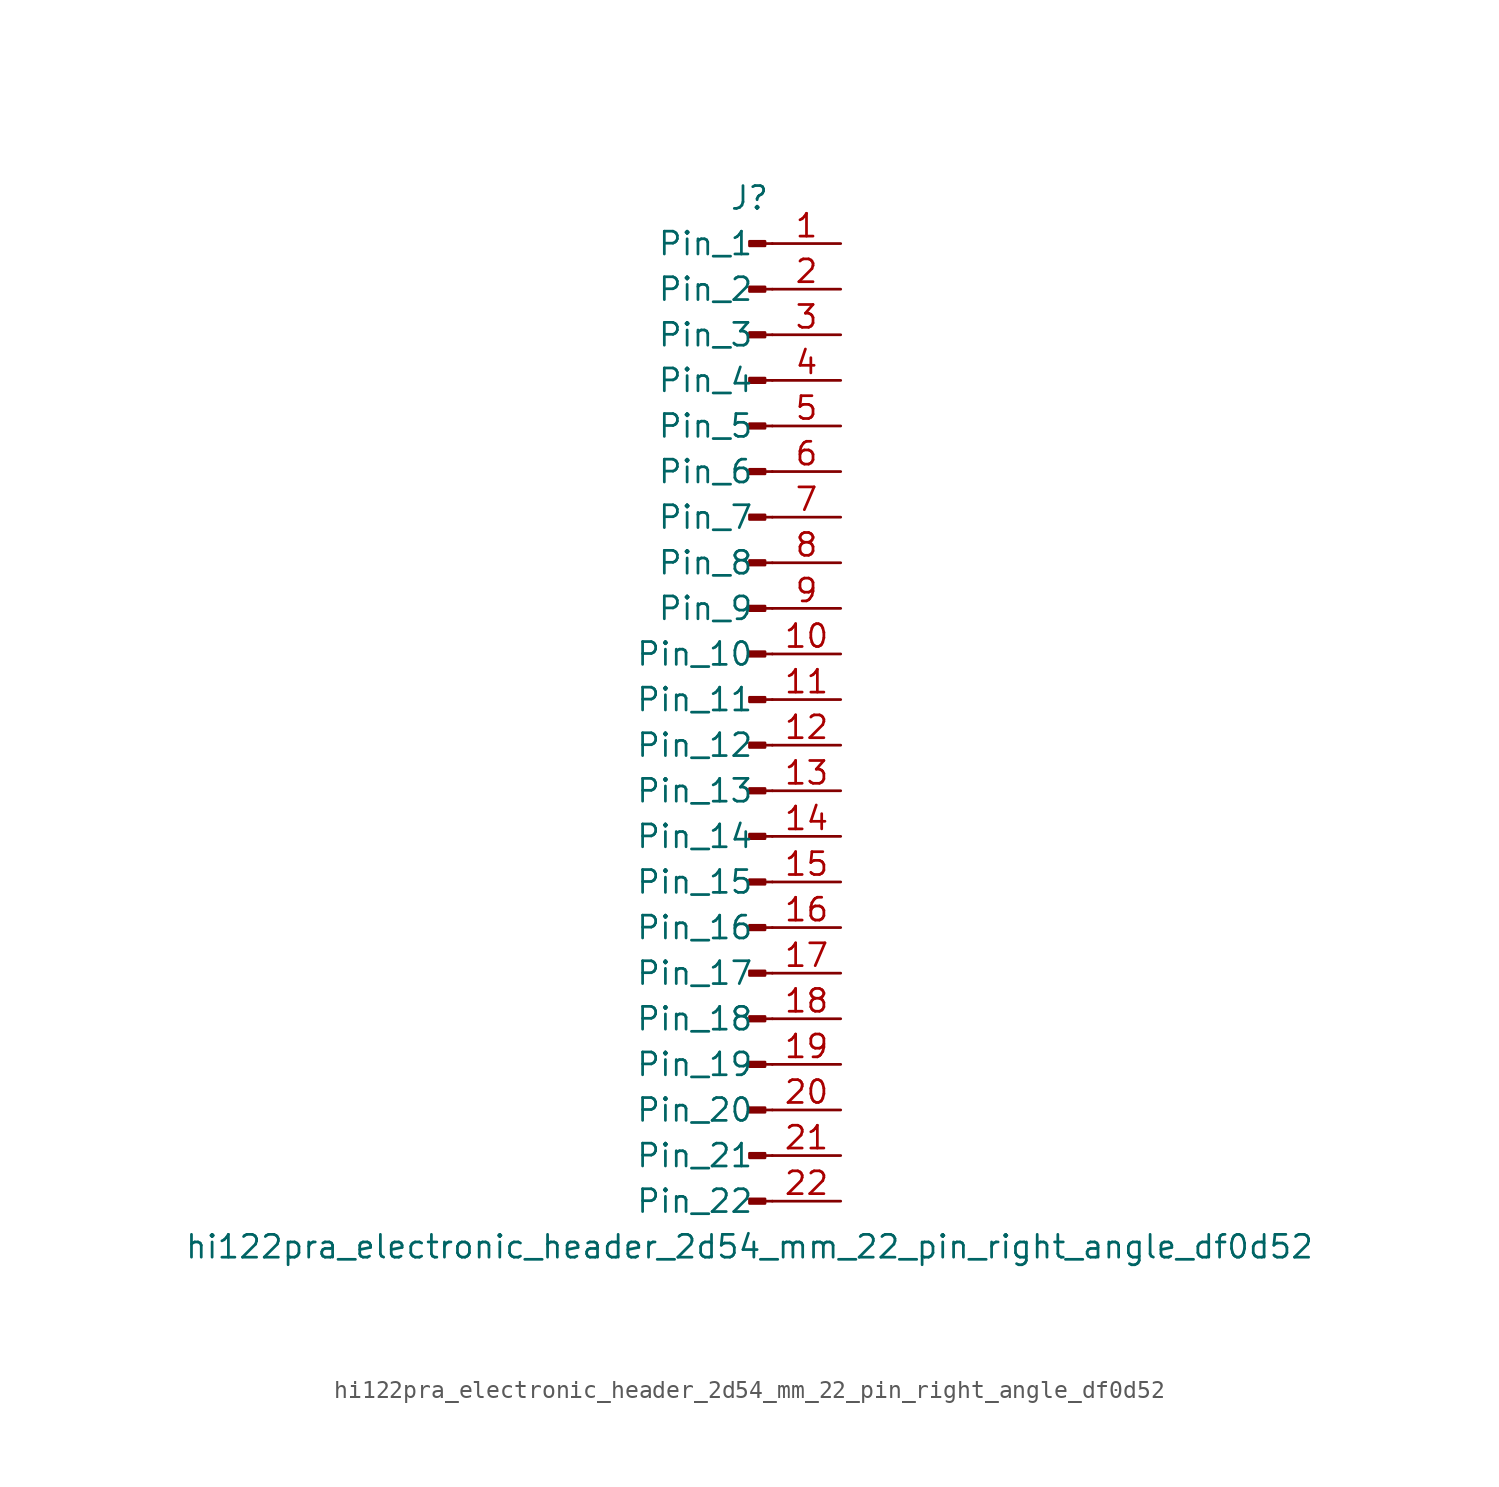
<source format=kicad_sym>
(kicad_symbol_lib
  (version 20220914)
  (generator kicad_symbol_editor)
  (symbol "hi122pra_electronic_header_2d54_mm_22_pin_right_angle_df0d52"
    (pin_names
      (offset 1.016))
    (property "Reference" "J"
      (at 0 27.94 0)
      (effects (font (size 1.27 1.27))))
    (property "Value" "hi122pra_electronic_header_2d54_mm_22_pin_right_angle_df0d52"
      (at 0 -30.48 0)
      (effects (font (size 1.27 1.27))))
    (property "ki_locked" ""
      (at 0 0 0)
      (effects (font (size 1.27 1.27))))
    (symbol "hi122pra_electronic_header_2d54_mm_22_pin_right_angle_df0d52_1_1"
      (polyline (pts (xy 1.27 -27.94) (xy 0.864 -27.94)) (stroke (width 0.152) (type default)) (fill (type none)))
      (polyline (pts (xy 1.27 -25.4) (xy 0.864 -25.4)) (stroke (width 0.152) (type default)) (fill (type none)))
      (polyline (pts (xy 1.27 -22.86) (xy 0.864 -22.86)) (stroke (width 0.152) (type default)) (fill (type none)))
      (polyline (pts (xy 1.27 -20.32) (xy 0.864 -20.32)) (stroke (width 0.152) (type default)) (fill (type none)))
      (polyline (pts (xy 1.27 -17.78) (xy 0.864 -17.78)) (stroke (width 0.152) (type default)) (fill (type none)))
      (polyline (pts (xy 1.27 -15.24) (xy 0.864 -15.24)) (stroke (width 0.152) (type default)) (fill (type none)))
      (polyline (pts (xy 1.27 -12.7) (xy 0.864 -12.7)) (stroke (width 0.152) (type default)) (fill (type none)))
      (polyline (pts (xy 1.27 -10.16) (xy 0.864 -10.16)) (stroke (width 0.152) (type default)) (fill (type none)))
      (polyline (pts (xy 1.27 -7.62) (xy 0.864 -7.62)) (stroke (width 0.152) (type default)) (fill (type none)))
      (polyline (pts (xy 1.27 -5.08) (xy 0.864 -5.08)) (stroke (width 0.152) (type default)) (fill (type none)))
      (polyline (pts (xy 1.27 -2.54) (xy 0.864 -2.54)) (stroke (width 0.152) (type default)) (fill (type none)))
      (polyline (pts (xy 1.27 0) (xy 0.864 0)) (stroke (width 0.152) (type default)) (fill (type none)))
      (polyline (pts (xy 1.27 2.54) (xy 0.864 2.54)) (stroke (width 0.152) (type default)) (fill (type none)))
      (polyline (pts (xy 1.27 5.08) (xy 0.864 5.08)) (stroke (width 0.152) (type default)) (fill (type none)))
      (polyline (pts (xy 1.27 7.62) (xy 0.864 7.62)) (stroke (width 0.152) (type default)) (fill (type none)))
      (polyline (pts (xy 1.27 10.16) (xy 0.864 10.16)) (stroke (width 0.152) (type default)) (fill (type none)))
      (polyline (pts (xy 1.27 12.7) (xy 0.864 12.7)) (stroke (width 0.152) (type default)) (fill (type none)))
      (polyline (pts (xy 1.27 15.24) (xy 0.864 15.24)) (stroke (width 0.152) (type default)) (fill (type none)))
      (polyline (pts (xy 1.27 17.78) (xy 0.864 17.78)) (stroke (width 0.152) (type default)) (fill (type none)))
      (polyline (pts (xy 1.27 20.32) (xy 0.864 20.32)) (stroke (width 0.152) (type default)) (fill (type none)))
      (polyline (pts (xy 1.27 22.86) (xy 0.864 22.86)) (stroke (width 0.152) (type default)) (fill (type none)))
      (polyline (pts (xy 1.27 25.4) (xy 0.864 25.4)) (stroke (width 0.152) (type default)) (fill (type none)))
      (rectangle (start 0.864 -27.813) (end 0 -28.067) (stroke (width 0.152) (type default)) (fill (type outline)))
      (rectangle (start 0.864 -25.273) (end 0 -25.527) (stroke (width 0.152) (type default)) (fill (type outline)))
      (rectangle (start 0.864 -22.733) (end 0 -22.987) (stroke (width 0.152) (type default)) (fill (type outline)))
      (rectangle (start 0.864 -20.193) (end 0 -20.447) (stroke (width 0.152) (type default)) (fill (type outline)))
      (rectangle (start 0.864 -17.653) (end 0 -17.907) (stroke (width 0.152) (type default)) (fill (type outline)))
      (rectangle (start 0.864 -15.113) (end 0 -15.367) (stroke (width 0.152) (type default)) (fill (type outline)))
      (rectangle (start 0.864 -12.573) (end 0 -12.827) (stroke (width 0.152) (type default)) (fill (type outline)))
      (rectangle (start 0.864 -10.033) (end 0 -10.287) (stroke (width 0.152) (type default)) (fill (type outline)))
      (rectangle (start 0.864 -7.493) (end 0 -7.747) (stroke (width 0.152) (type default)) (fill (type outline)))
      (rectangle (start 0.864 -4.953) (end 0 -5.207) (stroke (width 0.152) (type default)) (fill (type outline)))
      (rectangle (start 0.864 -2.413) (end 0 -2.667) (stroke (width 0.152) (type default)) (fill (type outline)))
      (rectangle (start 0.864 0.127) (end 0 -0.127) (stroke (width 0.152) (type default)) (fill (type outline)))
      (rectangle (start 0.864 2.667) (end 0 2.413) (stroke (width 0.152) (type default)) (fill (type outline)))
      (rectangle (start 0.864 5.207) (end 0 4.953) (stroke (width 0.152) (type default)) (fill (type outline)))
      (rectangle (start 0.864 7.747) (end 0 7.493) (stroke (width 0.152) (type default)) (fill (type outline)))
      (rectangle (start 0.864 10.287) (end 0 10.033) (stroke (width 0.152) (type default)) (fill (type outline)))
      (rectangle (start 0.864 12.827) (end 0 12.573) (stroke (width 0.152) (type default)) (fill (type outline)))
      (rectangle (start 0.864 15.367) (end 0 15.113) (stroke (width 0.152) (type default)) (fill (type outline)))
      (rectangle (start 0.864 17.907) (end 0 17.653) (stroke (width 0.152) (type default)) (fill (type outline)))
      (rectangle (start 0.864 20.447) (end 0 20.193) (stroke (width 0.152) (type default)) (fill (type outline)))
      (rectangle (start 0.864 22.987) (end 0 22.733) (stroke (width 0.152) (type default)) (fill (type outline)))
      (rectangle (start 0.864 25.527) (end 0 25.273) (stroke (width 0.152) (type default)) (fill (type outline)))
      (pin passive line (at 5.08 25.4 180) (length 3.81) (name "Pin_1" (effects (font (size 1.27 1.27)))) (number "1" (effects (font (size 1.27 1.27)))))
      (pin passive line (at 5.08 2.54 180) (length 3.81) (name "Pin_10" (effects (font (size 1.27 1.27)))) (number "10" (effects (font (size 1.27 1.27)))))
      (pin passive line (at 5.08 0 180) (length 3.81) (name "Pin_11" (effects (font (size 1.27 1.27)))) (number "11" (effects (font (size 1.27 1.27)))))
      (pin passive line (at 5.08 -2.54 180) (length 3.81) (name "Pin_12" (effects (font (size 1.27 1.27)))) (number "12" (effects (font (size 1.27 1.27)))))
      (pin passive line (at 5.08 -5.08 180) (length 3.81) (name "Pin_13" (effects (font (size 1.27 1.27)))) (number "13" (effects (font (size 1.27 1.27)))))
      (pin passive line (at 5.08 -7.62 180) (length 3.81) (name "Pin_14" (effects (font (size 1.27 1.27)))) (number "14" (effects (font (size 1.27 1.27)))))
      (pin passive line (at 5.08 -10.16 180) (length 3.81) (name "Pin_15" (effects (font (size 1.27 1.27)))) (number "15" (effects (font (size 1.27 1.27)))))
      (pin passive line (at 5.08 -12.7 180) (length 3.81) (name "Pin_16" (effects (font (size 1.27 1.27)))) (number "16" (effects (font (size 1.27 1.27)))))
      (pin passive line (at 5.08 -15.24 180) (length 3.81) (name "Pin_17" (effects (font (size 1.27 1.27)))) (number "17" (effects (font (size 1.27 1.27)))))
      (pin passive line (at 5.08 -17.78 180) (length 3.81) (name "Pin_18" (effects (font (size 1.27 1.27)))) (number "18" (effects (font (size 1.27 1.27)))))
      (pin passive line (at 5.08 -20.32 180) (length 3.81) (name "Pin_19" (effects (font (size 1.27 1.27)))) (number "19" (effects (font (size 1.27 1.27)))))
      (pin passive line (at 5.08 22.86 180) (length 3.81) (name "Pin_2" (effects (font (size 1.27 1.27)))) (number "2" (effects (font (size 1.27 1.27)))))
      (pin passive line (at 5.08 -22.86 180) (length 3.81) (name "Pin_20" (effects (font (size 1.27 1.27)))) (number "20" (effects (font (size 1.27 1.27)))))
      (pin passive line (at 5.08 -25.4 180) (length 3.81) (name "Pin_21" (effects (font (size 1.27 1.27)))) (number "21" (effects (font (size 1.27 1.27)))))
      (pin passive line (at 5.08 -27.94 180) (length 3.81) (name "Pin_22" (effects (font (size 1.27 1.27)))) (number "22" (effects (font (size 1.27 1.27)))))
      (pin passive line (at 5.08 20.32 180) (length 3.81) (name "Pin_3" (effects (font (size 1.27 1.27)))) (number "3" (effects (font (size 1.27 1.27)))))
      (pin passive line (at 5.08 17.78 180) (length 3.81) (name "Pin_4" (effects (font (size 1.27 1.27)))) (number "4" (effects (font (size 1.27 1.27)))))
      (pin passive line (at 5.08 15.24 180) (length 3.81) (name "Pin_5" (effects (font (size 1.27 1.27)))) (number "5" (effects (font (size 1.27 1.27)))))
      (pin passive line (at 5.08 12.7 180) (length 3.81) (name "Pin_6" (effects (font (size 1.27 1.27)))) (number "6" (effects (font (size 1.27 1.27)))))
      (pin passive line (at 5.08 10.16 180) (length 3.81) (name "Pin_7" (effects (font (size 1.27 1.27)))) (number "7" (effects (font (size 1.27 1.27)))))
      (pin passive line (at 5.08 7.62 180) (length 3.81) (name "Pin_8" (effects (font (size 1.27 1.27)))) (number "8" (effects (font (size 1.27 1.27)))))
      (pin passive line (at 5.08 5.08 180) (length 3.81) (name "Pin_9" (effects (font (size 1.27 1.27)))) (number "9" (effects (font (size 1.27 1.27))))))))
</source>
